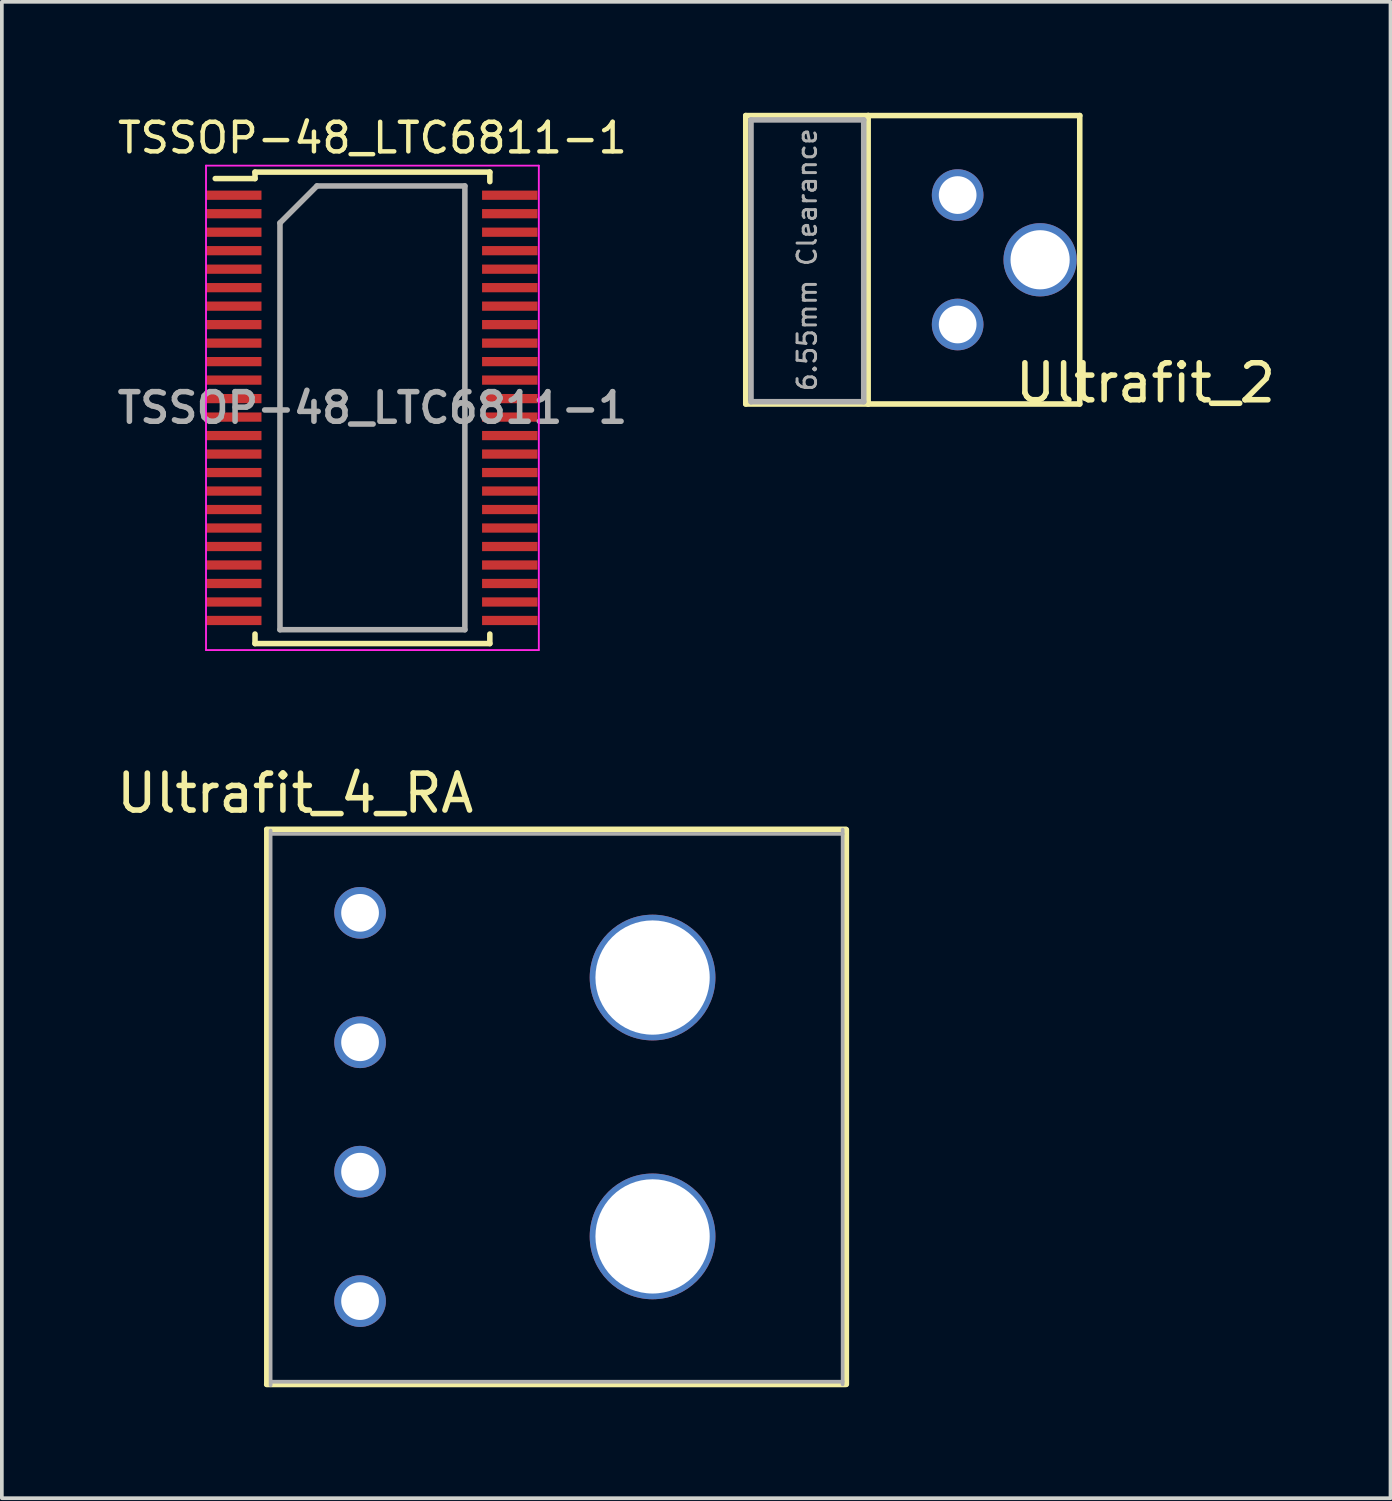
<source format=kicad_pcb>
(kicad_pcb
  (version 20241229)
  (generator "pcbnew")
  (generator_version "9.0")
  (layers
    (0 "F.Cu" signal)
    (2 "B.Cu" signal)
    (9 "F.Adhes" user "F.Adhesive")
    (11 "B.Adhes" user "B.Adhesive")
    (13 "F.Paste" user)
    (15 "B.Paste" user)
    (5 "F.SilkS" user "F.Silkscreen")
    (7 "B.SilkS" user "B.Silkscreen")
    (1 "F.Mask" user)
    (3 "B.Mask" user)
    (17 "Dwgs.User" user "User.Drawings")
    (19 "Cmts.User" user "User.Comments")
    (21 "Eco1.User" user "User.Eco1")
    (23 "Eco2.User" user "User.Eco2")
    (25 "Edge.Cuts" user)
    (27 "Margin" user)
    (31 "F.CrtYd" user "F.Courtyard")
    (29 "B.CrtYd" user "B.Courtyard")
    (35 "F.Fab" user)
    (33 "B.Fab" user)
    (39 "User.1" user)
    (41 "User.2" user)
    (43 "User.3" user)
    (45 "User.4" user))
  (footprint "TSSOP-48_LTC6811-1"
    (layer "F.Cu")
    (at 7.021 7.979)
    (property "Reference" "TSSOP-48_LTC6811-1" (at 0 -7.3 0) (layer "F.SilkS") (effects (font (size 0.8 0.8) (thickness 0.12))))
    (attr smd)
    (fp_line (start -3.175 -6.375) (end -3.175 -6.2) (stroke (width 0.15) (type solid)) (layer "F.SilkS"))
    (fp_line (start -3.175 -6.375) (end 3.175 -6.375) (stroke (width 0.15) (type solid)) (layer "F.SilkS"))
    (fp_line (start -3.175 -6.2) (end -4.25 -6.2) (stroke (width 0.15) (type solid)) (layer "F.SilkS"))
    (fp_line (start -3.175 6.375) (end -3.175 6.117) (stroke (width 0.15) (type solid)) (layer "F.SilkS"))
    (fp_line (start -3.175 6.375) (end 3.175 6.375) (stroke (width 0.15) (type solid)) (layer "F.SilkS"))
    (fp_line (start 3.175 -6.375) (end 3.175 -6.117) (stroke (width 0.15) (type solid)) (layer "F.SilkS"))
    (fp_line (start 3.175 6.375) (end 3.175 6.117) (stroke (width 0.15) (type solid)) (layer "F.SilkS"))
    (fp_line (start -4.5 -6.55) (end -4.5 6.55) (stroke (width 0.05) (type solid)) (layer "F.CrtYd"))
    (fp_line (start -4.5 -6.55) (end 4.5 -6.55) (stroke (width 0.05) (type solid)) (layer "F.CrtYd"))
    (fp_line (start -4.5 6.55) (end 4.5 6.55) (stroke (width 0.05) (type solid)) (layer "F.CrtYd"))
    (fp_line (start 4.5 -6.55) (end 4.5 6.55) (stroke (width 0.05) (type solid)) (layer "F.CrtYd"))
    (fp_line (start -2.5 -5) (end -1.5 -6) (stroke (width 0.15) (type solid)) (layer "F.Fab"))
    (fp_line (start -2.5 6) (end -2.5 -5) (stroke (width 0.15) (type solid)) (layer "F.Fab"))
    (fp_line (start -2.5 6) (end 2.5 6) (stroke (width 0.15) (type solid)) (layer "F.Fab"))
    (fp_line (start -1.5 -6) (end 2.5 -6) (stroke (width 0.15) (type solid)) (layer "F.Fab"))
    (fp_line (start 2.5 6) (end 2.5 -6) (stroke (width 0.15) (type solid)) (layer "F.Fab"))
    (fp_text user "${REFERENCE}" (at 0 0 0) (layer "F.Fab") (effects (font (size 0.8 0.8) (thickness 0.15))))
    (pad "1" smd rect (at -3.75 -5.75) (size 1.5 0.25) (layers "F.Cu" "F.Mask" "F.Paste"))
    (pad "2" smd rect (at -3.75 -5.25) (size 1.5 0.25) (layers "F.Cu" "F.Mask" "F.Paste"))
    (pad "3" smd rect (at -3.75 -4.75) (size 1.5 0.25) (layers "F.Cu" "F.Mask" "F.Paste"))
    (pad "4" smd rect (at -3.75 -4.25) (size 1.5 0.25) (layers "F.Cu" "F.Mask" "F.Paste"))
    (pad "5" smd rect (at -3.75 -3.75) (size 1.5 0.25) (layers "F.Cu" "F.Mask" "F.Paste"))
    (pad "6" smd rect (at -3.75 -3.25) (size 1.5 0.25) (layers "F.Cu" "F.Mask" "F.Paste"))
    (pad "7" smd rect (at -3.75 -2.75) (size 1.5 0.25) (layers "F.Cu" "F.Mask" "F.Paste"))
    (pad "8" smd rect (at -3.75 -2.25) (size 1.5 0.25) (layers "F.Cu" "F.Mask" "F.Paste"))
    (pad "9" smd rect (at -3.75 -1.75) (size 1.5 0.25) (layers "F.Cu" "F.Mask" "F.Paste"))
    (pad "10" smd rect (at -3.75 -1.25) (size 1.5 0.25) (layers "F.Cu" "F.Mask" "F.Paste"))
    (pad "11" smd rect (at -3.75 -0.75) (size 1.5 0.25) (layers "F.Cu" "F.Mask" "F.Paste"))
    (pad "12" smd rect (at -3.75 -0.25) (size 1.5 0.25) (layers "F.Cu" "F.Mask" "F.Paste"))
    (pad "13" smd rect (at -3.75 0.25) (size 1.5 0.25) (layers "F.Cu" "F.Mask" "F.Paste"))
    (pad "14" smd rect (at -3.75 0.75) (size 1.5 0.25) (layers "F.Cu" "F.Mask" "F.Paste"))
    (pad "15" smd rect (at -3.75 1.25) (size 1.5 0.25) (layers "F.Cu" "F.Mask" "F.Paste"))
    (pad "16" smd rect (at -3.75 1.75) (size 1.5 0.25) (layers "F.Cu" "F.Mask" "F.Paste"))
    (pad "17" smd rect (at -3.75 2.25) (size 1.5 0.25) (layers "F.Cu" "F.Mask" "F.Paste"))
    (pad "18" smd rect (at -3.75 2.75) (size 1.5 0.25) (layers "F.Cu" "F.Mask" "F.Paste"))
    (pad "19" smd rect (at -3.75 3.25) (size 1.5 0.25) (layers "F.Cu" "F.Mask" "F.Paste"))
    (pad "20" smd rect (at -3.75 3.75) (size 1.5 0.25) (layers "F.Cu" "F.Mask" "F.Paste"))
    (pad "21" smd rect (at -3.75 4.25) (size 1.5 0.25) (layers "F.Cu" "F.Mask" "F.Paste"))
    (pad "22" smd rect (at -3.75 4.75) (size 1.5 0.25) (layers "F.Cu" "F.Mask" "F.Paste"))
    (pad "23" smd rect (at -3.75 5.25) (size 1.5 0.25) (layers "F.Cu" "F.Mask" "F.Paste"))
    (pad "24" smd rect (at -3.75 5.75) (size 1.5 0.25) (layers "F.Cu" "F.Mask" "F.Paste"))
    (pad "25" smd rect (at 3.715 5.75) (size 1.5 0.25) (layers "F.Cu" "F.Mask" "F.Paste"))
    (pad "26" smd rect (at 3.715 5.25) (size 1.5 0.25) (layers "F.Cu" "F.Mask" "F.Paste"))
    (pad "27" smd rect (at 3.715 4.75) (size 1.5 0.25) (layers "F.Cu" "F.Mask" "F.Paste"))
    (pad "28" smd rect (at 3.715 4.25) (size 1.5 0.25) (layers "F.Cu" "F.Mask" "F.Paste"))
    (pad "29" smd rect (at 3.715 3.75) (size 1.5 0.25) (layers "F.Cu" "F.Mask" "F.Paste"))
    (pad "30" smd rect (at 3.715 3.25) (size 1.5 0.25) (layers "F.Cu" "F.Mask" "F.Paste"))
    (pad "31" smd rect (at 3.715 2.75) (size 1.5 0.25) (layers "F.Cu" "F.Mask" "F.Paste"))
    (pad "32" smd rect (at 3.715 2.25) (size 1.5 0.25) (layers "F.Cu" "F.Mask" "F.Paste"))
    (pad "33" smd rect (at 3.715 1.75) (size 1.5 0.25) (layers "F.Cu" "F.Mask" "F.Paste"))
    (pad "34" smd rect (at 3.715 1.25) (size 1.5 0.25) (layers "F.Cu" "F.Mask" "F.Paste"))
    (pad "35" smd rect (at 3.715 0.75) (size 1.5 0.25) (layers "F.Cu" "F.Mask" "F.Paste"))
    (pad "36" smd rect (at 3.715 0.25) (size 1.5 0.25) (layers "F.Cu" "F.Mask" "F.Paste"))
    (pad "37" smd rect (at 3.715 -0.25) (size 1.5 0.25) (layers "F.Cu" "F.Mask" "F.Paste"))
    (pad "38" smd rect (at 3.715 -0.75) (size 1.5 0.25) (layers "F.Cu" "F.Mask" "F.Paste"))
    (pad "39" smd rect (at 3.715 -1.25) (size 1.5 0.25) (layers "F.Cu" "F.Mask" "F.Paste"))
    (pad "40" smd rect (at 3.715 -1.75) (size 1.5 0.25) (layers "F.Cu" "F.Mask" "F.Paste"))
    (pad "41" smd rect (at 3.715 -2.25) (size 1.5 0.25) (layers "F.Cu" "F.Mask" "F.Paste"))
    (pad "42" smd rect (at 3.715 -2.75) (size 1.5 0.25) (layers "F.Cu" "F.Mask" "F.Paste"))
    (pad "43" smd rect (at 3.715 -3.25) (size 1.5 0.25) (layers "F.Cu" "F.Mask" "F.Paste"))
    (pad "44" smd rect (at 3.715 -3.75) (size 1.5 0.25) (layers "F.Cu" "F.Mask" "F.Paste"))
    (pad "45" smd rect (at 3.715 -4.25) (size 1.5 0.25) (layers "F.Cu" "F.Mask" "F.Paste"))
    (pad "46" smd rect (at 3.715 -4.75) (size 1.5 0.25) (layers "F.Cu" "F.Mask" "F.Paste"))
    (pad "47" smd rect (at 3.715 -5.25) (size 1.5 0.25) (layers "F.Cu" "F.Mask" "F.Paste"))
    (pad "48" smd rect (at 3.715 -5.75) (size 1.5 0.25) (layers "F.Cu" "F.Mask" "F.Paste")))
  (footprint "Ultrafit_4_RA"
    (layer "F.Cu")
    (at 6.687 26.885)
    (property "Reference" "Ultrafit_4_RA" (at -1.753 -8.484 0) (layer "F.SilkS") (effects (font (size 1 1) (thickness 0.15))))
    (attr through_hole)
    (fp_line (start -2.525 -7.509) (end 13.135 -7.509) (stroke (width 0.15) (type solid)) (layer "F.SilkS"))
    (fp_line (start -2.525 7.504) (end 13.135 7.504) (stroke (width 0.15) (type solid)) (layer "F.SilkS"))
    (fp_line (start -2.522 7.5) (end -2.522 -7.5) (stroke (width 0.15) (type solid)) (layer "F.SilkS"))
    (fp_line (start 13.15 7.5) (end 13.15 -7.5) (stroke (width 0.15) (type solid)) (layer "F.SilkS"))
    (fp_line (start -2.419 7.525) (end -2.419 -7.475) (stroke (width 0.1) (type solid)) (layer "F.Fab"))
    (fp_line (start -2.4 7.43) (end 13.05 7.43) (stroke (width 0.1) (type solid)) (layer "F.Fab"))
    (fp_line (start 13.05 -7.384) (end -2.4 -7.384) (stroke (width 0.1) (type solid)) (layer "F.Fab"))
    (fp_line (start 13.05 7.5) (end 13.05 -7.5) (stroke (width 0.1) (type solid)) (layer "F.Fab"))
    (pad "" thru_hole circle (at 7.91 -3.5) (size 3.4 3.4) (drill 3.09) (layers "*.Cu" "*.Mask"))
    (pad "" thru_hole circle (at 7.91 3.5) (size 3.4 3.4) (drill 3.09) (layers "*.Cu" "*.Mask"))
    (pad "1" thru_hole circle (at 0 -5.25) (size 1.397 1.397) (drill 1.02) (layers "*.Cu" "*.Mask"))
    (pad "2" thru_hole circle (at 0 -1.75) (size 1.397 1.397) (drill 1.02) (layers "*.Cu" "*.Mask"))
    (pad "3" thru_hole circle (at 0 1.75) (size 1.397 1.397) (drill 1.02) (layers "*.Cu" "*.Mask"))
    (pad "4" thru_hole circle (at 0 5.25) (size 1.397 1.397) (drill 1.02) (layers "*.Cu" "*.Mask")))
  (footprint "Ultrafit_2"
    (layer "F.Cu")
    (at 22.847 2.225)
    (property "Reference" "Ultrafit_2" (at 5.08 5.08 0) (layer "F.SilkS") (effects (font (size 1 1) (thickness 0.15))))
    (attr through_hole)
    (fp_line (start -5.73 -2.15) (end -5.73 5.65) (stroke (width 0.15) (type solid)) (layer "F.SilkS"))
    (fp_line (start -5.73 5.65) (end -2.42 5.65) (stroke (width 0.15) (type solid)) (layer "F.SilkS"))
    (fp_line (start -2.42 -2.15) (end -5.73 -2.15) (stroke (width 0.15) (type solid)) (layer "F.SilkS"))
    (fp_line (start -2.42 -2.15) (end 3.302 -2.15) (stroke (width 0.15) (type solid)) (layer "F.SilkS"))
    (fp_line (start -2.42 5.65) (end -2.42 -2.15) (stroke (width 0.15) (type solid)) (layer "F.SilkS"))
    (fp_line (start -2.42 5.65) (end 3.302 5.65) (stroke (width 0.15) (type solid)) (layer "F.SilkS"))
    (fp_line (start 3.302 5.65) (end 3.302 -2.15) (stroke (width 0.15) (type solid)) (layer "F.SilkS"))
    (fp_line (start -5.588 -2.032) (end -2.54 -2.032) (stroke (width 0.15) (type solid)) (layer "F.Fab"))
    (fp_line (start -5.588 5.588) (end -5.588 -2.032) (stroke (width 0.15) (type solid)) (layer "F.Fab"))
    (fp_line (start -2.54 -2.032) (end -2.54 5.588) (stroke (width 0.15) (type solid)) (layer "F.Fab"))
    (fp_line (start -2.54 5.588) (end -5.588 5.588) (stroke (width 0.15) (type solid)) (layer "F.Fab"))
    (fp_text user "6.55mm Clearance" (at -4.07 1.75 90) (layer "F.Fab") (effects (font (size 0.5 0.5) (thickness 0.08))))
    (pad "" thru_hole circle (at 2.23 1.75) (size 1.981 1.981) (drill 1.6) (layers "*.Cu" "*.Mask"))
    (pad "1" thru_hole circle (at 0 3.5) (size 1.397 1.397) (drill 1.02) (layers "*.Cu" "*.Mask"))
    (pad "2" thru_hole circle (at 0 0) (size 1.397 1.397) (drill 1.02) (layers "*.Cu" "*.Mask")))
  (gr_rect
    (start -3 -3)
    (end 34.552 37.465)
    (stroke (width 0.1) (type default))
    (fill no)
    (layer "Edge.Cuts")))
</source>
